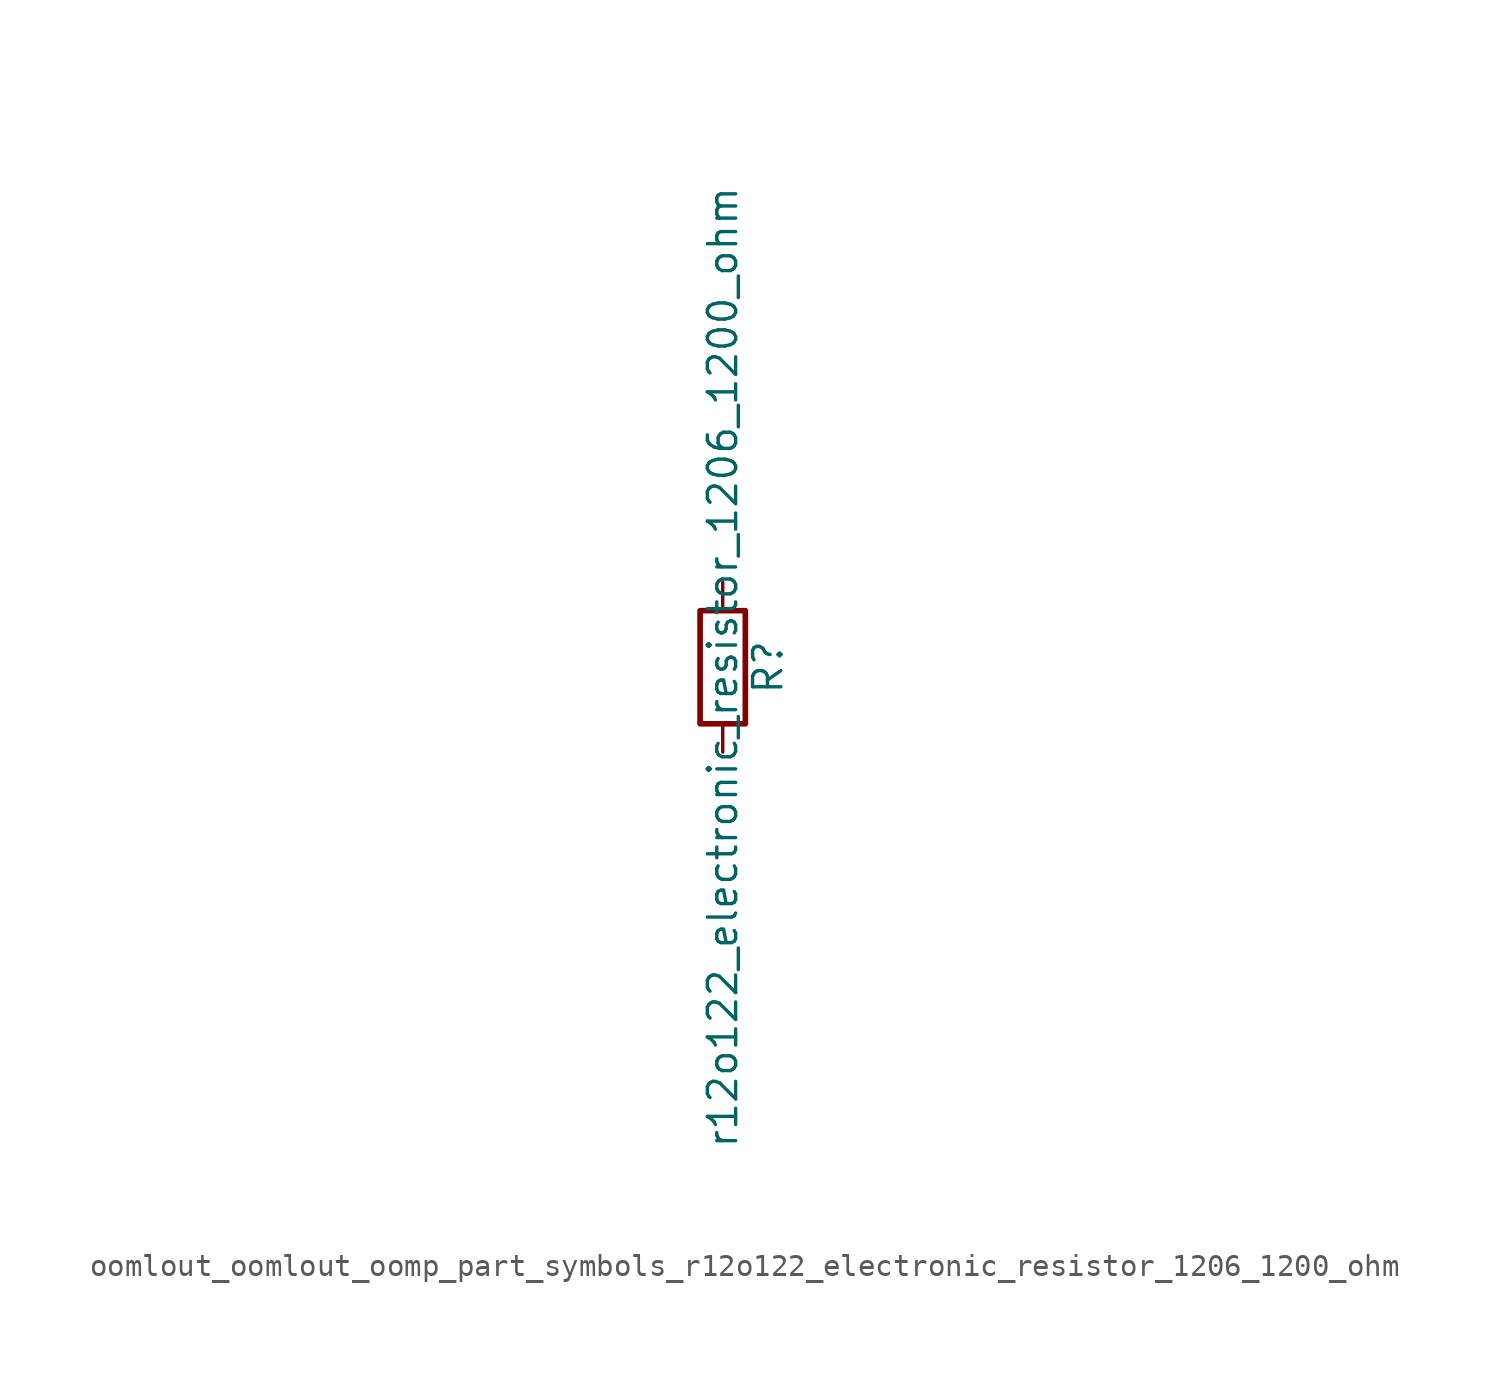
<source format=kicad_sym>
(kicad_symbol_lib
  (version 20220914)
  (generator kicad_symbol_editor)
  (symbol "oomlout_oomlout_oomp_part_symbols_r12o122_electronic_resistor_1206_1200_ohm"
    (pin_numbers hide)
    (pin_names
      (offset 0))
    (property "Reference" "R"
      (at 2.032 0 90)
      (effects (font (size 1.27 1.27))))
    (property "Value" "r12o122_electronic_resistor_1206_1200_ohm"
      (at 0 0 90)
      (effects (font (size 1.27 1.27))))
    (symbol "oomlout_oomlout_oomp_part_symbols_r12o122_electronic_resistor_1206_1200_ohm_0_1"
      (rectangle (start -1.016 -2.54) (end 1.016 2.54) (stroke (width 0.254) (type default)) (fill (type none))))
    (symbol "oomlout_oomlout_oomp_part_symbols_r12o122_electronic_resistor_1206_1200_ohm_1_1"
      (pin passive line (at 0 3.81 270) (length 1.27) (name "~" (effects (font (size 1.27 1.27)))) (number "1" (effects (font (size 1.27 1.27)))))
      (pin passive line (at 0 -3.81 90) (length 1.27) (name "~" (effects (font (size 1.27 1.27)))) (number "2" (effects (font (size 1.27 1.27))))))))
</source>
